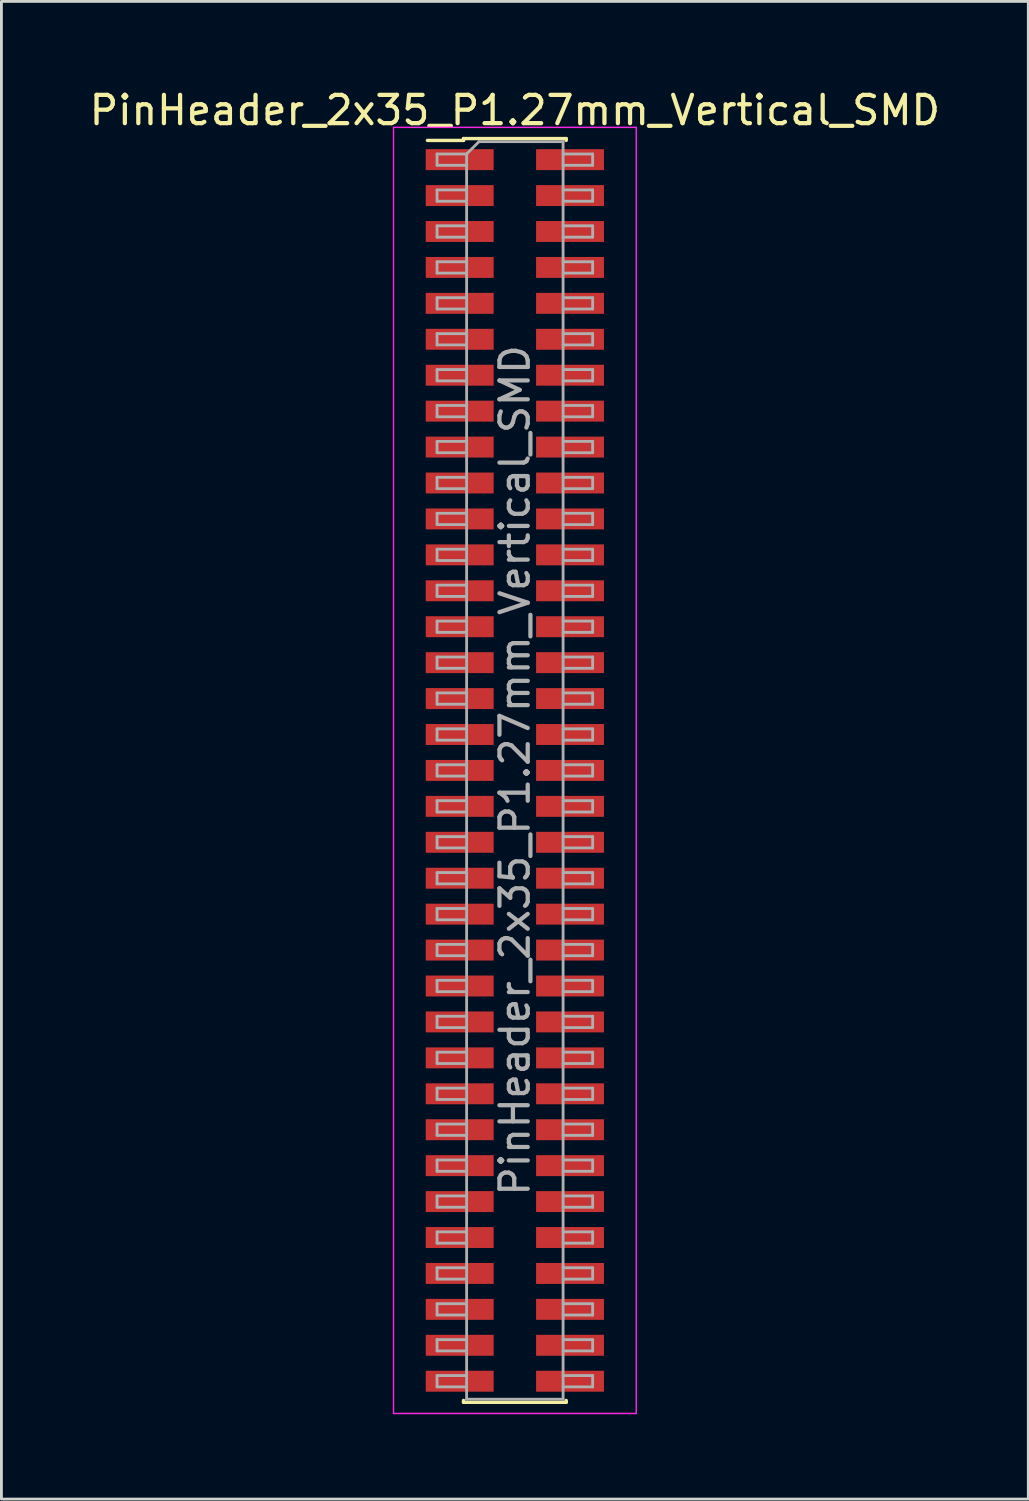
<source format=kicad_pcb>
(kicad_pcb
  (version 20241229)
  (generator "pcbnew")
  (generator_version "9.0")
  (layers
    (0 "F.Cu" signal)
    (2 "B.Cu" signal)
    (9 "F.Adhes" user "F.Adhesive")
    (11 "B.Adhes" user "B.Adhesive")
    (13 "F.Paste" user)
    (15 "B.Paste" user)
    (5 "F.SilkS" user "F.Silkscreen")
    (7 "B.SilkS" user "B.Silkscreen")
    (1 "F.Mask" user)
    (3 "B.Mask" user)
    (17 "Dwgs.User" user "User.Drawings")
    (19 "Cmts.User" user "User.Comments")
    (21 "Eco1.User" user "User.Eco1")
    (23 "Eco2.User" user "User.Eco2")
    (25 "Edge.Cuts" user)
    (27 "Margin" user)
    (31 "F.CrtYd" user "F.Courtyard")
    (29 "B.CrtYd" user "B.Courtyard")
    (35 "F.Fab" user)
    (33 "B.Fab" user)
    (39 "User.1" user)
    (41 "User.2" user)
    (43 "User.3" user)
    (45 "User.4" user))
  (footprint "PinHeader_2x35_P1.27mm_Vertical_SMD"
    (layer "F.Cu")
    (at 15.149 24.183)
    (property "Reference" "PinHeader_2x35_P1.27mm_Vertical_SMD" (at 0 -23.335 0) (layer "F.SilkS") (effects (font (size 1 1) (thickness 0.15))))
    (attr smd)
    (fp_line (start -3.09 -22.27) (end -1.815 -22.27) (stroke (width 0.12) (type solid)) (layer "F.SilkS"))
    (fp_line (start -1.815 -22.335) (end -1.815 -22.27) (stroke (width 0.12) (type solid)) (layer "F.SilkS"))
    (fp_line (start -1.815 -22.335) (end 1.815 -22.335) (stroke (width 0.12) (type solid)) (layer "F.SilkS"))
    (fp_line (start -1.815 22.27) (end -1.815 22.335) (stroke (width 0.12) (type solid)) (layer "F.SilkS"))
    (fp_line (start -1.815 22.335) (end 1.815 22.335) (stroke (width 0.12) (type solid)) (layer "F.SilkS"))
    (fp_line (start 1.815 -22.335) (end 1.815 -22.27) (stroke (width 0.12) (type solid)) (layer "F.SilkS"))
    (fp_line (start 1.815 22.27) (end 1.815 22.335) (stroke (width 0.12) (type solid)) (layer "F.SilkS"))
    (fp_line (start -4.29 -22.73) (end -4.29 22.73) (stroke (width 0.05) (type solid)) (layer "F.CrtYd"))
    (fp_line (start -4.29 22.73) (end 4.29 22.73) (stroke (width 0.05) (type solid)) (layer "F.CrtYd"))
    (fp_line (start 4.29 -22.73) (end -4.29 -22.73) (stroke (width 0.05) (type solid)) (layer "F.CrtYd"))
    (fp_line (start 4.29 22.73) (end 4.29 -22.73) (stroke (width 0.05) (type solid)) (layer "F.CrtYd"))
    (fp_line (start -2.75 -21.79) (end -2.75 -21.39) (stroke (width 0.1) (type solid)) (layer "F.Fab"))
    (fp_line (start -2.75 -21.39) (end -1.705 -21.39) (stroke (width 0.1) (type solid)) (layer "F.Fab"))
    (fp_line (start -2.75 -20.52) (end -2.75 -20.12) (stroke (width 0.1) (type solid)) (layer "F.Fab"))
    (fp_line (start -2.75 -20.12) (end -1.705 -20.12) (stroke (width 0.1) (type solid)) (layer "F.Fab"))
    (fp_line (start -2.75 -19.25) (end -2.75 -18.85) (stroke (width 0.1) (type solid)) (layer "F.Fab"))
    (fp_line (start -2.75 -18.85) (end -1.705 -18.85) (stroke (width 0.1) (type solid)) (layer "F.Fab"))
    (fp_line (start -2.75 -17.98) (end -2.75 -17.58) (stroke (width 0.1) (type solid)) (layer "F.Fab"))
    (fp_line (start -2.75 -17.58) (end -1.705 -17.58) (stroke (width 0.1) (type solid)) (layer "F.Fab"))
    (fp_line (start -2.75 -16.71) (end -2.75 -16.31) (stroke (width 0.1) (type solid)) (layer "F.Fab"))
    (fp_line (start -2.75 -16.31) (end -1.705 -16.31) (stroke (width 0.1) (type solid)) (layer "F.Fab"))
    (fp_line (start -2.75 -15.44) (end -2.75 -15.04) (stroke (width 0.1) (type solid)) (layer "F.Fab"))
    (fp_line (start -2.75 -15.04) (end -1.705 -15.04) (stroke (width 0.1) (type solid)) (layer "F.Fab"))
    (fp_line (start -2.75 -14.17) (end -2.75 -13.77) (stroke (width 0.1) (type solid)) (layer "F.Fab"))
    (fp_line (start -2.75 -13.77) (end -1.705 -13.77) (stroke (width 0.1) (type solid)) (layer "F.Fab"))
    (fp_line (start -2.75 -12.9) (end -2.75 -12.5) (stroke (width 0.1) (type solid)) (layer "F.Fab"))
    (fp_line (start -2.75 -12.5) (end -1.705 -12.5) (stroke (width 0.1) (type solid)) (layer "F.Fab"))
    (fp_line (start -2.75 -11.63) (end -2.75 -11.23) (stroke (width 0.1) (type solid)) (layer "F.Fab"))
    (fp_line (start -2.75 -11.23) (end -1.705 -11.23) (stroke (width 0.1) (type solid)) (layer "F.Fab"))
    (fp_line (start -2.75 -10.36) (end -2.75 -9.96) (stroke (width 0.1) (type solid)) (layer "F.Fab"))
    (fp_line (start -2.75 -9.96) (end -1.705 -9.96) (stroke (width 0.1) (type solid)) (layer "F.Fab"))
    (fp_line (start -2.75 -9.09) (end -2.75 -8.69) (stroke (width 0.1) (type solid)) (layer "F.Fab"))
    (fp_line (start -2.75 -8.69) (end -1.705 -8.69) (stroke (width 0.1) (type solid)) (layer "F.Fab"))
    (fp_line (start -2.75 -7.82) (end -2.75 -7.42) (stroke (width 0.1) (type solid)) (layer "F.Fab"))
    (fp_line (start -2.75 -7.42) (end -1.705 -7.42) (stroke (width 0.1) (type solid)) (layer "F.Fab"))
    (fp_line (start -2.75 -6.55) (end -2.75 -6.15) (stroke (width 0.1) (type solid)) (layer "F.Fab"))
    (fp_line (start -2.75 -6.15) (end -1.705 -6.15) (stroke (width 0.1) (type solid)) (layer "F.Fab"))
    (fp_line (start -2.75 -5.28) (end -2.75 -4.88) (stroke (width 0.1) (type solid)) (layer "F.Fab"))
    (fp_line (start -2.75 -4.88) (end -1.705 -4.88) (stroke (width 0.1) (type solid)) (layer "F.Fab"))
    (fp_line (start -2.75 -4.01) (end -2.75 -3.61) (stroke (width 0.1) (type solid)) (layer "F.Fab"))
    (fp_line (start -2.75 -3.61) (end -1.705 -3.61) (stroke (width 0.1) (type solid)) (layer "F.Fab"))
    (fp_line (start -2.75 -2.74) (end -2.75 -2.34) (stroke (width 0.1) (type solid)) (layer "F.Fab"))
    (fp_line (start -2.75 -2.34) (end -1.705 -2.34) (stroke (width 0.1) (type solid)) (layer "F.Fab"))
    (fp_line (start -2.75 -1.47) (end -2.75 -1.07) (stroke (width 0.1) (type solid)) (layer "F.Fab"))
    (fp_line (start -2.75 -1.07) (end -1.705 -1.07) (stroke (width 0.1) (type solid)) (layer "F.Fab"))
    (fp_line (start -2.75 -0.2) (end -2.75 0.2) (stroke (width 0.1) (type solid)) (layer "F.Fab"))
    (fp_line (start -2.75 0.2) (end -1.705 0.2) (stroke (width 0.1) (type solid)) (layer "F.Fab"))
    (fp_line (start -2.75 1.07) (end -2.75 1.47) (stroke (width 0.1) (type solid)) (layer "F.Fab"))
    (fp_line (start -2.75 1.47) (end -1.705 1.47) (stroke (width 0.1) (type solid)) (layer "F.Fab"))
    (fp_line (start -2.75 2.34) (end -2.75 2.74) (stroke (width 0.1) (type solid)) (layer "F.Fab"))
    (fp_line (start -2.75 2.74) (end -1.705 2.74) (stroke (width 0.1) (type solid)) (layer "F.Fab"))
    (fp_line (start -2.75 3.61) (end -2.75 4.01) (stroke (width 0.1) (type solid)) (layer "F.Fab"))
    (fp_line (start -2.75 4.01) (end -1.705 4.01) (stroke (width 0.1) (type solid)) (layer "F.Fab"))
    (fp_line (start -2.75 4.88) (end -2.75 5.28) (stroke (width 0.1) (type solid)) (layer "F.Fab"))
    (fp_line (start -2.75 5.28) (end -1.705 5.28) (stroke (width 0.1) (type solid)) (layer "F.Fab"))
    (fp_line (start -2.75 6.15) (end -2.75 6.55) (stroke (width 0.1) (type solid)) (layer "F.Fab"))
    (fp_line (start -2.75 6.55) (end -1.705 6.55) (stroke (width 0.1) (type solid)) (layer "F.Fab"))
    (fp_line (start -2.75 7.42) (end -2.75 7.82) (stroke (width 0.1) (type solid)) (layer "F.Fab"))
    (fp_line (start -2.75 7.82) (end -1.705 7.82) (stroke (width 0.1) (type solid)) (layer "F.Fab"))
    (fp_line (start -2.75 8.69) (end -2.75 9.09) (stroke (width 0.1) (type solid)) (layer "F.Fab"))
    (fp_line (start -2.75 9.09) (end -1.705 9.09) (stroke (width 0.1) (type solid)) (layer "F.Fab"))
    (fp_line (start -2.75 9.96) (end -2.75 10.36) (stroke (width 0.1) (type solid)) (layer "F.Fab"))
    (fp_line (start -2.75 10.36) (end -1.705 10.36) (stroke (width 0.1) (type solid)) (layer "F.Fab"))
    (fp_line (start -2.75 11.23) (end -2.75 11.63) (stroke (width 0.1) (type solid)) (layer "F.Fab"))
    (fp_line (start -2.75 11.63) (end -1.705 11.63) (stroke (width 0.1) (type solid)) (layer "F.Fab"))
    (fp_line (start -2.75 12.5) (end -2.75 12.9) (stroke (width 0.1) (type solid)) (layer "F.Fab"))
    (fp_line (start -2.75 12.9) (end -1.705 12.9) (stroke (width 0.1) (type solid)) (layer "F.Fab"))
    (fp_line (start -2.75 13.77) (end -2.75 14.17) (stroke (width 0.1) (type solid)) (layer "F.Fab"))
    (fp_line (start -2.75 14.17) (end -1.705 14.17) (stroke (width 0.1) (type solid)) (layer "F.Fab"))
    (fp_line (start -2.75 15.04) (end -2.75 15.44) (stroke (width 0.1) (type solid)) (layer "F.Fab"))
    (fp_line (start -2.75 15.44) (end -1.705 15.44) (stroke (width 0.1) (type solid)) (layer "F.Fab"))
    (fp_line (start -2.75 16.31) (end -2.75 16.71) (stroke (width 0.1) (type solid)) (layer "F.Fab"))
    (fp_line (start -2.75 16.71) (end -1.705 16.71) (stroke (width 0.1) (type solid)) (layer "F.Fab"))
    (fp_line (start -2.75 17.58) (end -2.75 17.98) (stroke (width 0.1) (type solid)) (layer "F.Fab"))
    (fp_line (start -2.75 17.98) (end -1.705 17.98) (stroke (width 0.1) (type solid)) (layer "F.Fab"))
    (fp_line (start -2.75 18.85) (end -2.75 19.25) (stroke (width 0.1) (type solid)) (layer "F.Fab"))
    (fp_line (start -2.75 19.25) (end -1.705 19.25) (stroke (width 0.1) (type solid)) (layer "F.Fab"))
    (fp_line (start -2.75 20.12) (end -2.75 20.52) (stroke (width 0.1) (type solid)) (layer "F.Fab"))
    (fp_line (start -2.75 20.52) (end -1.705 20.52) (stroke (width 0.1) (type solid)) (layer "F.Fab"))
    (fp_line (start -2.75 21.39) (end -2.75 21.79) (stroke (width 0.1) (type solid)) (layer "F.Fab"))
    (fp_line (start -2.75 21.79) (end -1.705 21.79) (stroke (width 0.1) (type solid)) (layer "F.Fab"))
    (fp_line (start -1.705 -21.79) (end -2.75 -21.79) (stroke (width 0.1) (type solid)) (layer "F.Fab"))
    (fp_line (start -1.705 -21.79) (end -1.27 -22.225) (stroke (width 0.1) (type solid)) (layer "F.Fab"))
    (fp_line (start -1.705 -20.52) (end -2.75 -20.52) (stroke (width 0.1) (type solid)) (layer "F.Fab"))
    (fp_line (start -1.705 -19.25) (end -2.75 -19.25) (stroke (width 0.1) (type solid)) (layer "F.Fab"))
    (fp_line (start -1.705 -17.98) (end -2.75 -17.98) (stroke (width 0.1) (type solid)) (layer "F.Fab"))
    (fp_line (start -1.705 -16.71) (end -2.75 -16.71) (stroke (width 0.1) (type solid)) (layer "F.Fab"))
    (fp_line (start -1.705 -15.44) (end -2.75 -15.44) (stroke (width 0.1) (type solid)) (layer "F.Fab"))
    (fp_line (start -1.705 -14.17) (end -2.75 -14.17) (stroke (width 0.1) (type solid)) (layer "F.Fab"))
    (fp_line (start -1.705 -12.9) (end -2.75 -12.9) (stroke (width 0.1) (type solid)) (layer "F.Fab"))
    (fp_line (start -1.705 -11.63) (end -2.75 -11.63) (stroke (width 0.1) (type solid)) (layer "F.Fab"))
    (fp_line (start -1.705 -10.36) (end -2.75 -10.36) (stroke (width 0.1) (type solid)) (layer "F.Fab"))
    (fp_line (start -1.705 -9.09) (end -2.75 -9.09) (stroke (width 0.1) (type solid)) (layer "F.Fab"))
    (fp_line (start -1.705 -7.82) (end -2.75 -7.82) (stroke (width 0.1) (type solid)) (layer "F.Fab"))
    (fp_line (start -1.705 -6.55) (end -2.75 -6.55) (stroke (width 0.1) (type solid)) (layer "F.Fab"))
    (fp_line (start -1.705 -5.28) (end -2.75 -5.28) (stroke (width 0.1) (type solid)) (layer "F.Fab"))
    (fp_line (start -1.705 -4.01) (end -2.75 -4.01) (stroke (width 0.1) (type solid)) (layer "F.Fab"))
    (fp_line (start -1.705 -2.74) (end -2.75 -2.74) (stroke (width 0.1) (type solid)) (layer "F.Fab"))
    (fp_line (start -1.705 -1.47) (end -2.75 -1.47) (stroke (width 0.1) (type solid)) (layer "F.Fab"))
    (fp_line (start -1.705 -0.2) (end -2.75 -0.2) (stroke (width 0.1) (type solid)) (layer "F.Fab"))
    (fp_line (start -1.705 1.07) (end -2.75 1.07) (stroke (width 0.1) (type solid)) (layer "F.Fab"))
    (fp_line (start -1.705 2.34) (end -2.75 2.34) (stroke (width 0.1) (type solid)) (layer "F.Fab"))
    (fp_line (start -1.705 3.61) (end -2.75 3.61) (stroke (width 0.1) (type solid)) (layer "F.Fab"))
    (fp_line (start -1.705 4.88) (end -2.75 4.88) (stroke (width 0.1) (type solid)) (layer "F.Fab"))
    (fp_line (start -1.705 6.15) (end -2.75 6.15) (stroke (width 0.1) (type solid)) (layer "F.Fab"))
    (fp_line (start -1.705 7.42) (end -2.75 7.42) (stroke (width 0.1) (type solid)) (layer "F.Fab"))
    (fp_line (start -1.705 8.69) (end -2.75 8.69) (stroke (width 0.1) (type solid)) (layer "F.Fab"))
    (fp_line (start -1.705 9.96) (end -2.75 9.96) (stroke (width 0.1) (type solid)) (layer "F.Fab"))
    (fp_line (start -1.705 11.23) (end -2.75 11.23) (stroke (width 0.1) (type solid)) (layer "F.Fab"))
    (fp_line (start -1.705 12.5) (end -2.75 12.5) (stroke (width 0.1) (type solid)) (layer "F.Fab"))
    (fp_line (start -1.705 13.77) (end -2.75 13.77) (stroke (width 0.1) (type solid)) (layer "F.Fab"))
    (fp_line (start -1.705 15.04) (end -2.75 15.04) (stroke (width 0.1) (type solid)) (layer "F.Fab"))
    (fp_line (start -1.705 16.31) (end -2.75 16.31) (stroke (width 0.1) (type solid)) (layer "F.Fab"))
    (fp_line (start -1.705 17.58) (end -2.75 17.58) (stroke (width 0.1) (type solid)) (layer "F.Fab"))
    (fp_line (start -1.705 18.85) (end -2.75 18.85) (stroke (width 0.1) (type solid)) (layer "F.Fab"))
    (fp_line (start -1.705 20.12) (end -2.75 20.12) (stroke (width 0.1) (type solid)) (layer "F.Fab"))
    (fp_line (start -1.705 21.39) (end -2.75 21.39) (stroke (width 0.1) (type solid)) (layer "F.Fab"))
    (fp_line (start -1.705 22.225) (end -1.705 -21.79) (stroke (width 0.1) (type solid)) (layer "F.Fab"))
    (fp_line (start -1.27 -22.225) (end 1.705 -22.225) (stroke (width 0.1) (type solid)) (layer "F.Fab"))
    (fp_line (start 1.705 -22.225) (end 1.705 22.225) (stroke (width 0.1) (type solid)) (layer "F.Fab"))
    (fp_line (start 1.705 -21.79) (end 2.75 -21.79) (stroke (width 0.1) (type solid)) (layer "F.Fab"))
    (fp_line (start 1.705 -20.52) (end 2.75 -20.52) (stroke (width 0.1) (type solid)) (layer "F.Fab"))
    (fp_line (start 1.705 -19.25) (end 2.75 -19.25) (stroke (width 0.1) (type solid)) (layer "F.Fab"))
    (fp_line (start 1.705 -17.98) (end 2.75 -17.98) (stroke (width 0.1) (type solid)) (layer "F.Fab"))
    (fp_line (start 1.705 -16.71) (end 2.75 -16.71) (stroke (width 0.1) (type solid)) (layer "F.Fab"))
    (fp_line (start 1.705 -15.44) (end 2.75 -15.44) (stroke (width 0.1) (type solid)) (layer "F.Fab"))
    (fp_line (start 1.705 -14.17) (end 2.75 -14.17) (stroke (width 0.1) (type solid)) (layer "F.Fab"))
    (fp_line (start 1.705 -12.9) (end 2.75 -12.9) (stroke (width 0.1) (type solid)) (layer "F.Fab"))
    (fp_line (start 1.705 -11.63) (end 2.75 -11.63) (stroke (width 0.1) (type solid)) (layer "F.Fab"))
    (fp_line (start 1.705 -10.36) (end 2.75 -10.36) (stroke (width 0.1) (type solid)) (layer "F.Fab"))
    (fp_line (start 1.705 -9.09) (end 2.75 -9.09) (stroke (width 0.1) (type solid)) (layer "F.Fab"))
    (fp_line (start 1.705 -7.82) (end 2.75 -7.82) (stroke (width 0.1) (type solid)) (layer "F.Fab"))
    (fp_line (start 1.705 -6.55) (end 2.75 -6.55) (stroke (width 0.1) (type solid)) (layer "F.Fab"))
    (fp_line (start 1.705 -5.28) (end 2.75 -5.28) (stroke (width 0.1) (type solid)) (layer "F.Fab"))
    (fp_line (start 1.705 -4.01) (end 2.75 -4.01) (stroke (width 0.1) (type solid)) (layer "F.Fab"))
    (fp_line (start 1.705 -2.74) (end 2.75 -2.74) (stroke (width 0.1) (type solid)) (layer "F.Fab"))
    (fp_line (start 1.705 -1.47) (end 2.75 -1.47) (stroke (width 0.1) (type solid)) (layer "F.Fab"))
    (fp_line (start 1.705 -0.2) (end 2.75 -0.2) (stroke (width 0.1) (type solid)) (layer "F.Fab"))
    (fp_line (start 1.705 1.07) (end 2.75 1.07) (stroke (width 0.1) (type solid)) (layer "F.Fab"))
    (fp_line (start 1.705 2.34) (end 2.75 2.34) (stroke (width 0.1) (type solid)) (layer "F.Fab"))
    (fp_line (start 1.705 3.61) (end 2.75 3.61) (stroke (width 0.1) (type solid)) (layer "F.Fab"))
    (fp_line (start 1.705 4.88) (end 2.75 4.88) (stroke (width 0.1) (type solid)) (layer "F.Fab"))
    (fp_line (start 1.705 6.15) (end 2.75 6.15) (stroke (width 0.1) (type solid)) (layer "F.Fab"))
    (fp_line (start 1.705 7.42) (end 2.75 7.42) (stroke (width 0.1) (type solid)) (layer "F.Fab"))
    (fp_line (start 1.705 8.69) (end 2.75 8.69) (stroke (width 0.1) (type solid)) (layer "F.Fab"))
    (fp_line (start 1.705 9.96) (end 2.75 9.96) (stroke (width 0.1) (type solid)) (layer "F.Fab"))
    (fp_line (start 1.705 11.23) (end 2.75 11.23) (stroke (width 0.1) (type solid)) (layer "F.Fab"))
    (fp_line (start 1.705 12.5) (end 2.75 12.5) (stroke (width 0.1) (type solid)) (layer "F.Fab"))
    (fp_line (start 1.705 13.77) (end 2.75 13.77) (stroke (width 0.1) (type solid)) (layer "F.Fab"))
    (fp_line (start 1.705 15.04) (end 2.75 15.04) (stroke (width 0.1) (type solid)) (layer "F.Fab"))
    (fp_line (start 1.705 16.31) (end 2.75 16.31) (stroke (width 0.1) (type solid)) (layer "F.Fab"))
    (fp_line (start 1.705 17.58) (end 2.75 17.58) (stroke (width 0.1) (type solid)) (layer "F.Fab"))
    (fp_line (start 1.705 18.85) (end 2.75 18.85) (stroke (width 0.1) (type solid)) (layer "F.Fab"))
    (fp_line (start 1.705 20.12) (end 2.75 20.12) (stroke (width 0.1) (type solid)) (layer "F.Fab"))
    (fp_line (start 1.705 21.39) (end 2.75 21.39) (stroke (width 0.1) (type solid)) (layer "F.Fab"))
    (fp_line (start 1.705 22.225) (end -1.705 22.225) (stroke (width 0.1) (type solid)) (layer "F.Fab"))
    (fp_line (start 2.75 -21.79) (end 2.75 -21.39) (stroke (width 0.1) (type solid)) (layer "F.Fab"))
    (fp_line (start 2.75 -21.39) (end 1.705 -21.39) (stroke (width 0.1) (type solid)) (layer "F.Fab"))
    (fp_line (start 2.75 -20.52) (end 2.75 -20.12) (stroke (width 0.1) (type solid)) (layer "F.Fab"))
    (fp_line (start 2.75 -20.12) (end 1.705 -20.12) (stroke (width 0.1) (type solid)) (layer "F.Fab"))
    (fp_line (start 2.75 -19.25) (end 2.75 -18.85) (stroke (width 0.1) (type solid)) (layer "F.Fab"))
    (fp_line (start 2.75 -18.85) (end 1.705 -18.85) (stroke (width 0.1) (type solid)) (layer "F.Fab"))
    (fp_line (start 2.75 -17.98) (end 2.75 -17.58) (stroke (width 0.1) (type solid)) (layer "F.Fab"))
    (fp_line (start 2.75 -17.58) (end 1.705 -17.58) (stroke (width 0.1) (type solid)) (layer "F.Fab"))
    (fp_line (start 2.75 -16.71) (end 2.75 -16.31) (stroke (width 0.1) (type solid)) (layer "F.Fab"))
    (fp_line (start 2.75 -16.31) (end 1.705 -16.31) (stroke (width 0.1) (type solid)) (layer "F.Fab"))
    (fp_line (start 2.75 -15.44) (end 2.75 -15.04) (stroke (width 0.1) (type solid)) (layer "F.Fab"))
    (fp_line (start 2.75 -15.04) (end 1.705 -15.04) (stroke (width 0.1) (type solid)) (layer "F.Fab"))
    (fp_line (start 2.75 -14.17) (end 2.75 -13.77) (stroke (width 0.1) (type solid)) (layer "F.Fab"))
    (fp_line (start 2.75 -13.77) (end 1.705 -13.77) (stroke (width 0.1) (type solid)) (layer "F.Fab"))
    (fp_line (start 2.75 -12.9) (end 2.75 -12.5) (stroke (width 0.1) (type solid)) (layer "F.Fab"))
    (fp_line (start 2.75 -12.5) (end 1.705 -12.5) (stroke (width 0.1) (type solid)) (layer "F.Fab"))
    (fp_line (start 2.75 -11.63) (end 2.75 -11.23) (stroke (width 0.1) (type solid)) (layer "F.Fab"))
    (fp_line (start 2.75 -11.23) (end 1.705 -11.23) (stroke (width 0.1) (type solid)) (layer "F.Fab"))
    (fp_line (start 2.75 -10.36) (end 2.75 -9.96) (stroke (width 0.1) (type solid)) (layer "F.Fab"))
    (fp_line (start 2.75 -9.96) (end 1.705 -9.96) (stroke (width 0.1) (type solid)) (layer "F.Fab"))
    (fp_line (start 2.75 -9.09) (end 2.75 -8.69) (stroke (width 0.1) (type solid)) (layer "F.Fab"))
    (fp_line (start 2.75 -8.69) (end 1.705 -8.69) (stroke (width 0.1) (type solid)) (layer "F.Fab"))
    (fp_line (start 2.75 -7.82) (end 2.75 -7.42) (stroke (width 0.1) (type solid)) (layer "F.Fab"))
    (fp_line (start 2.75 -7.42) (end 1.705 -7.42) (stroke (width 0.1) (type solid)) (layer "F.Fab"))
    (fp_line (start 2.75 -6.55) (end 2.75 -6.15) (stroke (width 0.1) (type solid)) (layer "F.Fab"))
    (fp_line (start 2.75 -6.15) (end 1.705 -6.15) (stroke (width 0.1) (type solid)) (layer "F.Fab"))
    (fp_line (start 2.75 -5.28) (end 2.75 -4.88) (stroke (width 0.1) (type solid)) (layer "F.Fab"))
    (fp_line (start 2.75 -4.88) (end 1.705 -4.88) (stroke (width 0.1) (type solid)) (layer "F.Fab"))
    (fp_line (start 2.75 -4.01) (end 2.75 -3.61) (stroke (width 0.1) (type solid)) (layer "F.Fab"))
    (fp_line (start 2.75 -3.61) (end 1.705 -3.61) (stroke (width 0.1) (type solid)) (layer "F.Fab"))
    (fp_line (start 2.75 -2.74) (end 2.75 -2.34) (stroke (width 0.1) (type solid)) (layer "F.Fab"))
    (fp_line (start 2.75 -2.34) (end 1.705 -2.34) (stroke (width 0.1) (type solid)) (layer "F.Fab"))
    (fp_line (start 2.75 -1.47) (end 2.75 -1.07) (stroke (width 0.1) (type solid)) (layer "F.Fab"))
    (fp_line (start 2.75 -1.07) (end 1.705 -1.07) (stroke (width 0.1) (type solid)) (layer "F.Fab"))
    (fp_line (start 2.75 -0.2) (end 2.75 0.2) (stroke (width 0.1) (type solid)) (layer "F.Fab"))
    (fp_line (start 2.75 0.2) (end 1.705 0.2) (stroke (width 0.1) (type solid)) (layer "F.Fab"))
    (fp_line (start 2.75 1.07) (end 2.75 1.47) (stroke (width 0.1) (type solid)) (layer "F.Fab"))
    (fp_line (start 2.75 1.47) (end 1.705 1.47) (stroke (width 0.1) (type solid)) (layer "F.Fab"))
    (fp_line (start 2.75 2.34) (end 2.75 2.74) (stroke (width 0.1) (type solid)) (layer "F.Fab"))
    (fp_line (start 2.75 2.74) (end 1.705 2.74) (stroke (width 0.1) (type solid)) (layer "F.Fab"))
    (fp_line (start 2.75 3.61) (end 2.75 4.01) (stroke (width 0.1) (type solid)) (layer "F.Fab"))
    (fp_line (start 2.75 4.01) (end 1.705 4.01) (stroke (width 0.1) (type solid)) (layer "F.Fab"))
    (fp_line (start 2.75 4.88) (end 2.75 5.28) (stroke (width 0.1) (type solid)) (layer "F.Fab"))
    (fp_line (start 2.75 5.28) (end 1.705 5.28) (stroke (width 0.1) (type solid)) (layer "F.Fab"))
    (fp_line (start 2.75 6.15) (end 2.75 6.55) (stroke (width 0.1) (type solid)) (layer "F.Fab"))
    (fp_line (start 2.75 6.55) (end 1.705 6.55) (stroke (width 0.1) (type solid)) (layer "F.Fab"))
    (fp_line (start 2.75 7.42) (end 2.75 7.82) (stroke (width 0.1) (type solid)) (layer "F.Fab"))
    (fp_line (start 2.75 7.82) (end 1.705 7.82) (stroke (width 0.1) (type solid)) (layer "F.Fab"))
    (fp_line (start 2.75 8.69) (end 2.75 9.09) (stroke (width 0.1) (type solid)) (layer "F.Fab"))
    (fp_line (start 2.75 9.09) (end 1.705 9.09) (stroke (width 0.1) (type solid)) (layer "F.Fab"))
    (fp_line (start 2.75 9.96) (end 2.75 10.36) (stroke (width 0.1) (type solid)) (layer "F.Fab"))
    (fp_line (start 2.75 10.36) (end 1.705 10.36) (stroke (width 0.1) (type solid)) (layer "F.Fab"))
    (fp_line (start 2.75 11.23) (end 2.75 11.63) (stroke (width 0.1) (type solid)) (layer "F.Fab"))
    (fp_line (start 2.75 11.63) (end 1.705 11.63) (stroke (width 0.1) (type solid)) (layer "F.Fab"))
    (fp_line (start 2.75 12.5) (end 2.75 12.9) (stroke (width 0.1) (type solid)) (layer "F.Fab"))
    (fp_line (start 2.75 12.9) (end 1.705 12.9) (stroke (width 0.1) (type solid)) (layer "F.Fab"))
    (fp_line (start 2.75 13.77) (end 2.75 14.17) (stroke (width 0.1) (type solid)) (layer "F.Fab"))
    (fp_line (start 2.75 14.17) (end 1.705 14.17) (stroke (width 0.1) (type solid)) (layer "F.Fab"))
    (fp_line (start 2.75 15.04) (end 2.75 15.44) (stroke (width 0.1) (type solid)) (layer "F.Fab"))
    (fp_line (start 2.75 15.44) (end 1.705 15.44) (stroke (width 0.1) (type solid)) (layer "F.Fab"))
    (fp_line (start 2.75 16.31) (end 2.75 16.71) (stroke (width 0.1) (type solid)) (layer "F.Fab"))
    (fp_line (start 2.75 16.71) (end 1.705 16.71) (stroke (width 0.1) (type solid)) (layer "F.Fab"))
    (fp_line (start 2.75 17.58) (end 2.75 17.98) (stroke (width 0.1) (type solid)) (layer "F.Fab"))
    (fp_line (start 2.75 17.98) (end 1.705 17.98) (stroke (width 0.1) (type solid)) (layer "F.Fab"))
    (fp_line (start 2.75 18.85) (end 2.75 19.25) (stroke (width 0.1) (type solid)) (layer "F.Fab"))
    (fp_line (start 2.75 19.25) (end 1.705 19.25) (stroke (width 0.1) (type solid)) (layer "F.Fab"))
    (fp_line (start 2.75 20.12) (end 2.75 20.52) (stroke (width 0.1) (type solid)) (layer "F.Fab"))
    (fp_line (start 2.75 20.52) (end 1.705 20.52) (stroke (width 0.1) (type solid)) (layer "F.Fab"))
    (fp_line (start 2.75 21.39) (end 2.75 21.79) (stroke (width 0.1) (type solid)) (layer "F.Fab"))
    (fp_line (start 2.75 21.79) (end 1.705 21.79) (stroke (width 0.1) (type solid)) (layer "F.Fab"))
    (fp_text user "${REFERENCE}" (at 0 0 90) (layer "F.Fab") (effects (font (size 1 1) (thickness 0.15))))
    (pad "1" smd rect (at -1.95 -21.59) (size 2.4 0.74) (layers "F.Cu" "F.Mask" "F.Paste"))
    (pad "2" smd rect (at 1.95 -21.59) (size 2.4 0.74) (layers "F.Cu" "F.Mask" "F.Paste"))
    (pad "3" smd rect (at -1.95 -20.32) (size 2.4 0.74) (layers "F.Cu" "F.Mask" "F.Paste"))
    (pad "4" smd rect (at 1.95 -20.32) (size 2.4 0.74) (layers "F.Cu" "F.Mask" "F.Paste"))
    (pad "5" smd rect (at -1.95 -19.05) (size 2.4 0.74) (layers "F.Cu" "F.Mask" "F.Paste"))
    (pad "6" smd rect (at 1.95 -19.05) (size 2.4 0.74) (layers "F.Cu" "F.Mask" "F.Paste"))
    (pad "7" smd rect (at -1.95 -17.78) (size 2.4 0.74) (layers "F.Cu" "F.Mask" "F.Paste"))
    (pad "8" smd rect (at 1.95 -17.78) (size 2.4 0.74) (layers "F.Cu" "F.Mask" "F.Paste"))
    (pad "9" smd rect (at -1.95 -16.51) (size 2.4 0.74) (layers "F.Cu" "F.Mask" "F.Paste"))
    (pad "10" smd rect (at 1.95 -16.51) (size 2.4 0.74) (layers "F.Cu" "F.Mask" "F.Paste"))
    (pad "11" smd rect (at -1.95 -15.24) (size 2.4 0.74) (layers "F.Cu" "F.Mask" "F.Paste"))
    (pad "12" smd rect (at 1.95 -15.24) (size 2.4 0.74) (layers "F.Cu" "F.Mask" "F.Paste"))
    (pad "13" smd rect (at -1.95 -13.97) (size 2.4 0.74) (layers "F.Cu" "F.Mask" "F.Paste"))
    (pad "14" smd rect (at 1.95 -13.97) (size 2.4 0.74) (layers "F.Cu" "F.Mask" "F.Paste"))
    (pad "15" smd rect (at -1.95 -12.7) (size 2.4 0.74) (layers "F.Cu" "F.Mask" "F.Paste"))
    (pad "16" smd rect (at 1.95 -12.7) (size 2.4 0.74) (layers "F.Cu" "F.Mask" "F.Paste"))
    (pad "17" smd rect (at -1.95 -11.43) (size 2.4 0.74) (layers "F.Cu" "F.Mask" "F.Paste"))
    (pad "18" smd rect (at 1.95 -11.43) (size 2.4 0.74) (layers "F.Cu" "F.Mask" "F.Paste"))
    (pad "19" smd rect (at -1.95 -10.16) (size 2.4 0.74) (layers "F.Cu" "F.Mask" "F.Paste"))
    (pad "20" smd rect (at 1.95 -10.16) (size 2.4 0.74) (layers "F.Cu" "F.Mask" "F.Paste"))
    (pad "21" smd rect (at -1.95 -8.89) (size 2.4 0.74) (layers "F.Cu" "F.Mask" "F.Paste"))
    (pad "22" smd rect (at 1.95 -8.89) (size 2.4 0.74) (layers "F.Cu" "F.Mask" "F.Paste"))
    (pad "23" smd rect (at -1.95 -7.62) (size 2.4 0.74) (layers "F.Cu" "F.Mask" "F.Paste"))
    (pad "24" smd rect (at 1.95 -7.62) (size 2.4 0.74) (layers "F.Cu" "F.Mask" "F.Paste"))
    (pad "25" smd rect (at -1.95 -6.35) (size 2.4 0.74) (layers "F.Cu" "F.Mask" "F.Paste"))
    (pad "26" smd rect (at 1.95 -6.35) (size 2.4 0.74) (layers "F.Cu" "F.Mask" "F.Paste"))
    (pad "27" smd rect (at -1.95 -5.08) (size 2.4 0.74) (layers "F.Cu" "F.Mask" "F.Paste"))
    (pad "28" smd rect (at 1.95 -5.08) (size 2.4 0.74) (layers "F.Cu" "F.Mask" "F.Paste"))
    (pad "29" smd rect (at -1.95 -3.81) (size 2.4 0.74) (layers "F.Cu" "F.Mask" "F.Paste"))
    (pad "30" smd rect (at 1.95 -3.81) (size 2.4 0.74) (layers "F.Cu" "F.Mask" "F.Paste"))
    (pad "31" smd rect (at -1.95 -2.54) (size 2.4 0.74) (layers "F.Cu" "F.Mask" "F.Paste"))
    (pad "32" smd rect (at 1.95 -2.54) (size 2.4 0.74) (layers "F.Cu" "F.Mask" "F.Paste"))
    (pad "33" smd rect (at -1.95 -1.27) (size 2.4 0.74) (layers "F.Cu" "F.Mask" "F.Paste"))
    (pad "34" smd rect (at 1.95 -1.27) (size 2.4 0.74) (layers "F.Cu" "F.Mask" "F.Paste"))
    (pad "35" smd rect (at -1.95 0) (size 2.4 0.74) (layers "F.Cu" "F.Mask" "F.Paste"))
    (pad "36" smd rect (at 1.95 0) (size 2.4 0.74) (layers "F.Cu" "F.Mask" "F.Paste"))
    (pad "37" smd rect (at -1.95 1.27) (size 2.4 0.74) (layers "F.Cu" "F.Mask" "F.Paste"))
    (pad "38" smd rect (at 1.95 1.27) (size 2.4 0.74) (layers "F.Cu" "F.Mask" "F.Paste"))
    (pad "39" smd rect (at -1.95 2.54) (size 2.4 0.74) (layers "F.Cu" "F.Mask" "F.Paste"))
    (pad "40" smd rect (at 1.95 2.54) (size 2.4 0.74) (layers "F.Cu" "F.Mask" "F.Paste"))
    (pad "41" smd rect (at -1.95 3.81) (size 2.4 0.74) (layers "F.Cu" "F.Mask" "F.Paste"))
    (pad "42" smd rect (at 1.95 3.81) (size 2.4 0.74) (layers "F.Cu" "F.Mask" "F.Paste"))
    (pad "43" smd rect (at -1.95 5.08) (size 2.4 0.74) (layers "F.Cu" "F.Mask" "F.Paste"))
    (pad "44" smd rect (at 1.95 5.08) (size 2.4 0.74) (layers "F.Cu" "F.Mask" "F.Paste"))
    (pad "45" smd rect (at -1.95 6.35) (size 2.4 0.74) (layers "F.Cu" "F.Mask" "F.Paste"))
    (pad "46" smd rect (at 1.95 6.35) (size 2.4 0.74) (layers "F.Cu" "F.Mask" "F.Paste"))
    (pad "47" smd rect (at -1.95 7.62) (size 2.4 0.74) (layers "F.Cu" "F.Mask" "F.Paste"))
    (pad "48" smd rect (at 1.95 7.62) (size 2.4 0.74) (layers "F.Cu" "F.Mask" "F.Paste"))
    (pad "49" smd rect (at -1.95 8.89) (size 2.4 0.74) (layers "F.Cu" "F.Mask" "F.Paste"))
    (pad "50" smd rect (at 1.95 8.89) (size 2.4 0.74) (layers "F.Cu" "F.Mask" "F.Paste"))
    (pad "51" smd rect (at -1.95 10.16) (size 2.4 0.74) (layers "F.Cu" "F.Mask" "F.Paste"))
    (pad "52" smd rect (at 1.95 10.16) (size 2.4 0.74) (layers "F.Cu" "F.Mask" "F.Paste"))
    (pad "53" smd rect (at -1.95 11.43) (size 2.4 0.74) (layers "F.Cu" "F.Mask" "F.Paste"))
    (pad "54" smd rect (at 1.95 11.43) (size 2.4 0.74) (layers "F.Cu" "F.Mask" "F.Paste"))
    (pad "55" smd rect (at -1.95 12.7) (size 2.4 0.74) (layers "F.Cu" "F.Mask" "F.Paste"))
    (pad "56" smd rect (at 1.95 12.7) (size 2.4 0.74) (layers "F.Cu" "F.Mask" "F.Paste"))
    (pad "57" smd rect (at -1.95 13.97) (size 2.4 0.74) (layers "F.Cu" "F.Mask" "F.Paste"))
    (pad "58" smd rect (at 1.95 13.97) (size 2.4 0.74) (layers "F.Cu" "F.Mask" "F.Paste"))
    (pad "59" smd rect (at -1.95 15.24) (size 2.4 0.74) (layers "F.Cu" "F.Mask" "F.Paste"))
    (pad "60" smd rect (at 1.95 15.24) (size 2.4 0.74) (layers "F.Cu" "F.Mask" "F.Paste"))
    (pad "61" smd rect (at -1.95 16.51) (size 2.4 0.74) (layers "F.Cu" "F.Mask" "F.Paste"))
    (pad "62" smd rect (at 1.95 16.51) (size 2.4 0.74) (layers "F.Cu" "F.Mask" "F.Paste"))
    (pad "63" smd rect (at -1.95 17.78) (size 2.4 0.74) (layers "F.Cu" "F.Mask" "F.Paste"))
    (pad "64" smd rect (at 1.95 17.78) (size 2.4 0.74) (layers "F.Cu" "F.Mask" "F.Paste"))
    (pad "65" smd rect (at -1.95 19.05) (size 2.4 0.74) (layers "F.Cu" "F.Mask" "F.Paste"))
    (pad "66" smd rect (at 1.95 19.05) (size 2.4 0.74) (layers "F.Cu" "F.Mask" "F.Paste"))
    (pad "67" smd rect (at -1.95 20.32) (size 2.4 0.74) (layers "F.Cu" "F.Mask" "F.Paste"))
    (pad "68" smd rect (at 1.95 20.32) (size 2.4 0.74) (layers "F.Cu" "F.Mask" "F.Paste"))
    (pad "69" smd rect (at -1.95 21.59) (size 2.4 0.74) (layers "F.Cu" "F.Mask" "F.Paste"))
    (pad "70" smd rect (at 1.95 21.59) (size 2.4 0.74) (layers "F.Cu" "F.Mask" "F.Paste")))
  (gr_rect
    (start -3 -3)
    (end 33.298 49.938)
    (stroke (width 0.1) (type default))
    (fill no)
    (layer "Edge.Cuts")))
</source>
